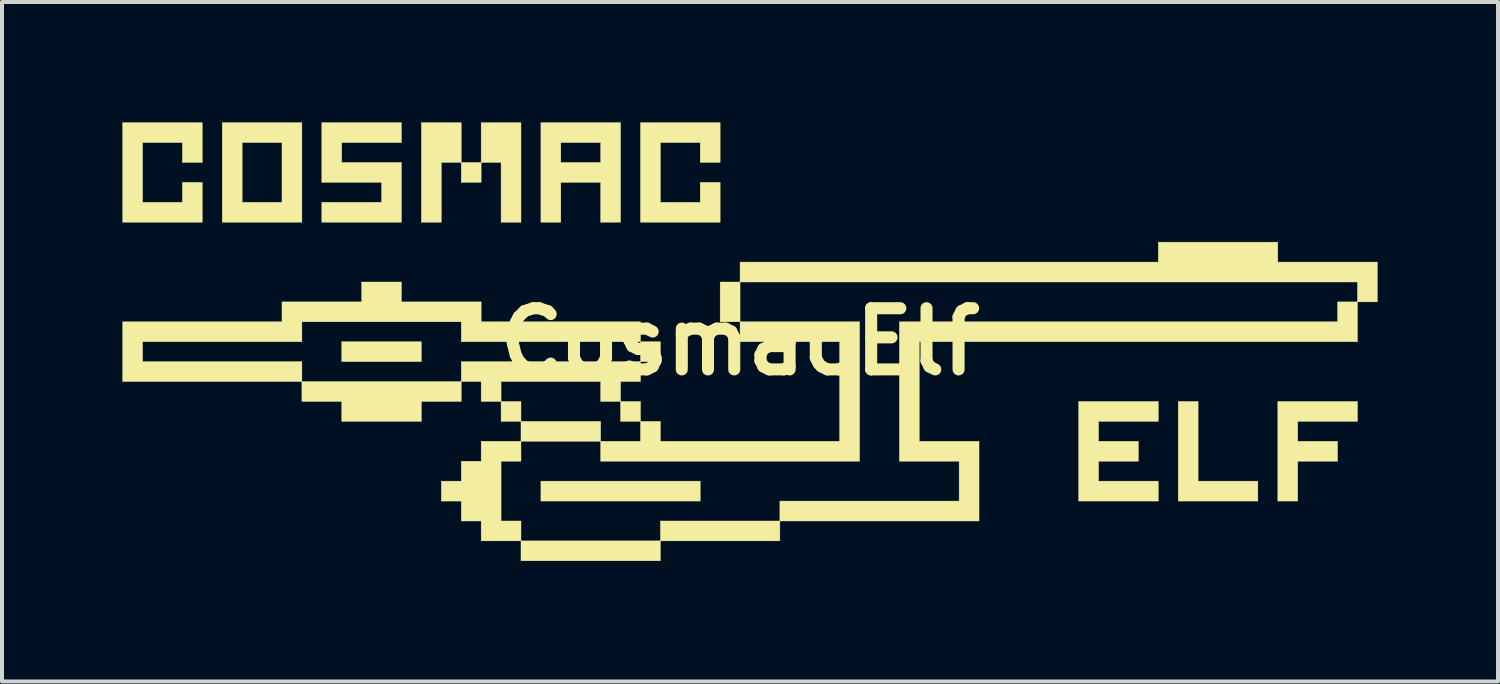
<source format=kicad_pcb>
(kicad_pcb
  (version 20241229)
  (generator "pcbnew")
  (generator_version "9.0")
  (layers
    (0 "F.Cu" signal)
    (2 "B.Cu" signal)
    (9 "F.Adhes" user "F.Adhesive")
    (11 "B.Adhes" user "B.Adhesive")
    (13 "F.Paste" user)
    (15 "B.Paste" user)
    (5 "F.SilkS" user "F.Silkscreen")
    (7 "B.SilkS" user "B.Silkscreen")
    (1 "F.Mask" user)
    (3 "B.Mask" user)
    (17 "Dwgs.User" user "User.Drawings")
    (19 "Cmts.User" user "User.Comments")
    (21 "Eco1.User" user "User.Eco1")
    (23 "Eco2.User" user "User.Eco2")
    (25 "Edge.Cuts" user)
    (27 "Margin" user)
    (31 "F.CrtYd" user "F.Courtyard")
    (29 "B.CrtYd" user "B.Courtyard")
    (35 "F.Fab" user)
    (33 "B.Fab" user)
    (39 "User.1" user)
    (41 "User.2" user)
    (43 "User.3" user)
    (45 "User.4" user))
  (footprint "CosmacElf"
    (layer "F.Cu")
    (at 15.384 5.462)
    (property "Reference" "CosmacElf" (at 0 0 0) (layer "F.SilkS") (effects (font (size 1.524 1.524) (thickness 0.3))))
    (attr through_hole)
    (fp_poly (pts (xy -7.938 0.496) (xy -9.922 0.496) (xy -9.922 0) (xy -7.938 0) (xy -7.938 0.496)) (stroke (width 0.01) (type solid)) (fill yes) (layer "F.SilkS"))
    (fp_poly (pts (xy -6.449 -3.969) (xy -6.945 -3.969) (xy -6.945 -4.465) (xy -6.449 -4.465) (xy -6.449 -3.969)) (stroke (width 0.01) (type solid)) (fill yes) (layer "F.SilkS"))
    (fp_poly (pts (xy -0.992 3.969) (xy -4.961 3.969) (xy -4.961 3.473) (xy -0.992 3.473) (xy -0.992 3.969)) (stroke (width 0.01) (type solid)) (fill yes) (layer "F.SilkS"))
    (fp_poly (pts (xy -7.441 -4.465) (xy -7.441 -2.977) (xy -7.938 -2.977) (xy -7.938 -5.457) (xy -6.945 -5.457) (xy -6.945 -4.465) (xy -7.441 -4.465)) (stroke (width 0.01) (type solid)) (fill yes) (layer "F.SilkS"))
    (fp_poly (pts (xy -6.449 -5.457) (xy -5.457 -5.457) (xy -5.457 -2.977) (xy -5.953 -2.977) (xy -5.953 -4.465) (xy -6.449 -4.465) (xy -6.449 -5.457)) (stroke (width 0.01) (type solid)) (fill yes) (layer "F.SilkS"))
    (fp_poly (pts (xy 11.41 3.473) (xy 12.898 3.473) (xy 12.898 3.969) (xy 10.914 3.969) (xy 10.914 1.488) (xy 11.41 1.488) (xy 11.41 3.473)) (stroke (width 0.01) (type solid)) (fill yes) (layer "F.SilkS"))
    (fp_poly (pts (xy 15.379 1.984) (xy 13.891 1.984) (xy 13.891 2.48) (xy 14.883 2.48) (xy 14.883 2.977) (xy 13.891 2.977) (xy 13.891 3.969) (xy 13.395 3.969) (xy 13.395 1.488) (xy 15.379 1.488) (xy 15.379 1.984)) (stroke (width 0.01) (type solid)) (fill yes) (layer "F.SilkS"))
    (fp_poly (pts (xy -10.914 -2.977) (xy -12.898 -2.977) (xy -12.898 -4.961) (xy -12.402 -4.961) (xy -12.402 -3.473) (xy -11.41 -3.473) (xy -11.41 -4.961) (xy -12.402 -4.961) (xy -12.898 -4.961) (xy -12.898 -5.457) (xy -10.914 -5.457) (xy -10.914 -2.977)) (stroke (width 0.01) (type solid)) (fill yes) (layer "F.SilkS"))
    (fp_poly (pts (xy -13.395 -4.465) (xy -13.891 -4.465) (xy -13.891 -4.961) (xy -14.883 -4.961) (xy -14.883 -3.473) (xy -13.891 -3.473) (xy -13.891 -3.969) (xy -13.395 -3.969) (xy -13.395 -2.977) (xy -15.379 -2.977) (xy -15.379 -5.457) (xy -13.395 -5.457) (xy -13.395 -4.465)) (stroke (width 0.01) (type solid)) (fill yes) (layer "F.SilkS"))
    (fp_poly (pts (xy -8.434 -4.961) (xy -9.922 -4.961) (xy -9.922 -4.465) (xy -8.434 -4.465) (xy -8.434 -2.977) (xy -10.418 -2.977) (xy -10.418 -3.473) (xy -8.93 -3.473) (xy -8.93 -3.969) (xy -10.418 -3.969) (xy -10.418 -5.457) (xy -8.434 -5.457) (xy -8.434 -4.961)) (stroke (width 0.01) (type solid)) (fill yes) (layer "F.SilkS"))
    (fp_poly (pts (xy -0.496 -4.465) (xy -0.992 -4.465) (xy -0.992 -4.961) (xy -1.984 -4.961) (xy -1.984 -3.473) (xy -0.992 -3.473) (xy -0.992 -3.969) (xy -0.496 -3.969) (xy -0.496 -2.977) (xy -2.48 -2.977) (xy -2.48 -5.457) (xy -0.496 -5.457) (xy -0.496 -4.465)) (stroke (width 0.01) (type solid)) (fill yes) (layer "F.SilkS"))
    (fp_poly (pts (xy 10.418 1.984) (xy 8.93 1.984) (xy 8.93 2.48) (xy 9.922 2.48) (xy 9.922 2.977) (xy 8.93 2.977) (xy 8.93 3.473) (xy 10.418 3.473) (xy 10.418 3.969) (xy 8.434 3.969) (xy 8.434 1.488) (xy 10.418 1.488) (xy 10.418 1.984)) (stroke (width 0.01) (type solid)) (fill yes) (layer "F.SilkS"))
    (fp_poly (pts (xy -2.977 -2.977) (xy -3.473 -2.977) (xy -3.473 -3.969) (xy -4.465 -3.969) (xy -4.465 -2.977) (xy -4.961 -2.977) (xy -4.961 -4.961) (xy -4.465 -4.961) (xy -4.465 -4.465) (xy -3.473 -4.465) (xy -3.473 -4.961) (xy -4.465 -4.961) (xy -4.961 -4.961) (xy -4.961 -5.457) (xy -2.977 -5.457) (xy -2.977 -2.977)) (stroke (width 0.01) (type solid)) (fill yes) (layer "F.SilkS"))
    (fp_poly (pts (xy 13.395 -1.984) (xy 15.875 -1.984) (xy 15.875 -0.992) (xy 15.379 -0.992) (xy 15.379 0) (xy 4.465 0) (xy 4.465 2.48) (xy 5.953 2.48) (xy 5.953 4.465) (xy 0.992 4.465) (xy 0.992 4.961) (xy -1.984 4.961) (xy -1.984 5.457) (xy -5.457 5.457) (xy -5.457 4.961) (xy -6.449 4.961) (xy -6.449 4.465) (xy -6.945 4.465) (xy -6.945 3.969) (xy -7.441 3.969) (xy -7.441 3.473) (xy -6.945 3.473) (xy -6.945 2.977) (xy -6.449 2.977) (xy -5.953 2.977) (xy -5.953 4.465) (xy -5.457 4.465) (xy -5.457 4.961) (xy -1.984 4.961) (xy -1.984 4.465) (xy 0.992 4.465) (xy 0.992 3.969) (xy 5.457 3.969) (xy 5.457 2.977) (xy 3.969 2.977) (xy 3.969 -0.496) (xy 14.883 -0.496) (xy 14.883 -0.992) (xy 15.379 -0.992) (xy 15.379 -1.488) (xy 0 -1.488) (xy 0 -0.496) (xy 2.977 -0.496) (xy 2.977 2.977) (xy -3.473 2.977) (xy -3.473 2.48) (xy -5.457 2.48) (xy -5.457 2.977) (xy -5.953 2.977) (xy -6.449 2.977) (xy -6.449 2.48) (xy -5.457 2.48) (xy -5.457 1.984) (xy -5.953 1.984) (xy -5.953 1.488) (xy -6.449 1.488) (xy -6.449 0.992) (xy -5.953 0.992) (xy -5.953 1.488) (xy -5.457 1.488) (xy -5.457 1.984) (xy -3.473 1.984) (xy -3.473 2.48) (xy -2.48 2.48) (xy -2.48 1.984) (xy -2.977 1.984) (xy -2.977 1.488) (xy -3.473 1.488) (xy -3.473 0.992) (xy -5.953 0.992) (xy -6.449 0.992) (xy -6.945 0.992) (xy -6.945 1.488) (xy -7.938 1.488) (xy -7.938 1.984) (xy -9.922 1.984) (xy -9.922 1.488) (xy -10.914 1.488) (xy -10.914 0.992) (xy -15.379 0.992) (xy -15.379 0) (xy -14.883 0) (xy -14.883 0.496) (xy -10.914 0.496) (xy -10.914 0.992) (xy -6.945 0.992) (xy -6.945 0.496) (xy -2.48 0.496) (xy -2.48 0) (xy -6.945 0) (xy -6.945 -0.496) (xy -10.914 -0.496) (xy -10.914 0) (xy -14.883 0) (xy -15.379 0) (xy -15.379 -0.496) (xy -11.41 -0.496) (xy -11.41 -0.992) (xy -9.426 -0.992) (xy -9.426 -1.488) (xy -8.434 -1.488) (xy -8.434 -0.992) (xy -6.449 -0.992) (xy -6.449 -0.496) (xy -2.48 -0.496) (xy -2.48 0) (xy -1.984 0) (xy -1.984 0.496) (xy -2.48 0.496) (xy -2.48 0.992) (xy -2.977 0.992) (xy -2.977 1.488) (xy -2.48 1.488) (xy -2.48 1.984) (xy -1.984 1.984) (xy -1.984 2.48) (xy 2.48 2.48) (xy 2.48 0) (xy 0 0) (xy 0 -0.496) (xy -0.496 -0.496) (xy -0.496 -1.488) (xy 0 -1.488) (xy 0 -1.984) (xy 10.418 -1.984) (xy 10.418 -2.48) (xy 13.395 -2.48) (xy 13.395 -1.984)) (stroke (width 0.01) (type solid)) (fill yes) (layer "F.SilkS")))
  (gr_rect
    (start -3 -3)
    (end 34.264 13.924)
    (stroke (width 0.1) (type default))
    (fill no)
    (layer "Edge.Cuts")))
</source>
